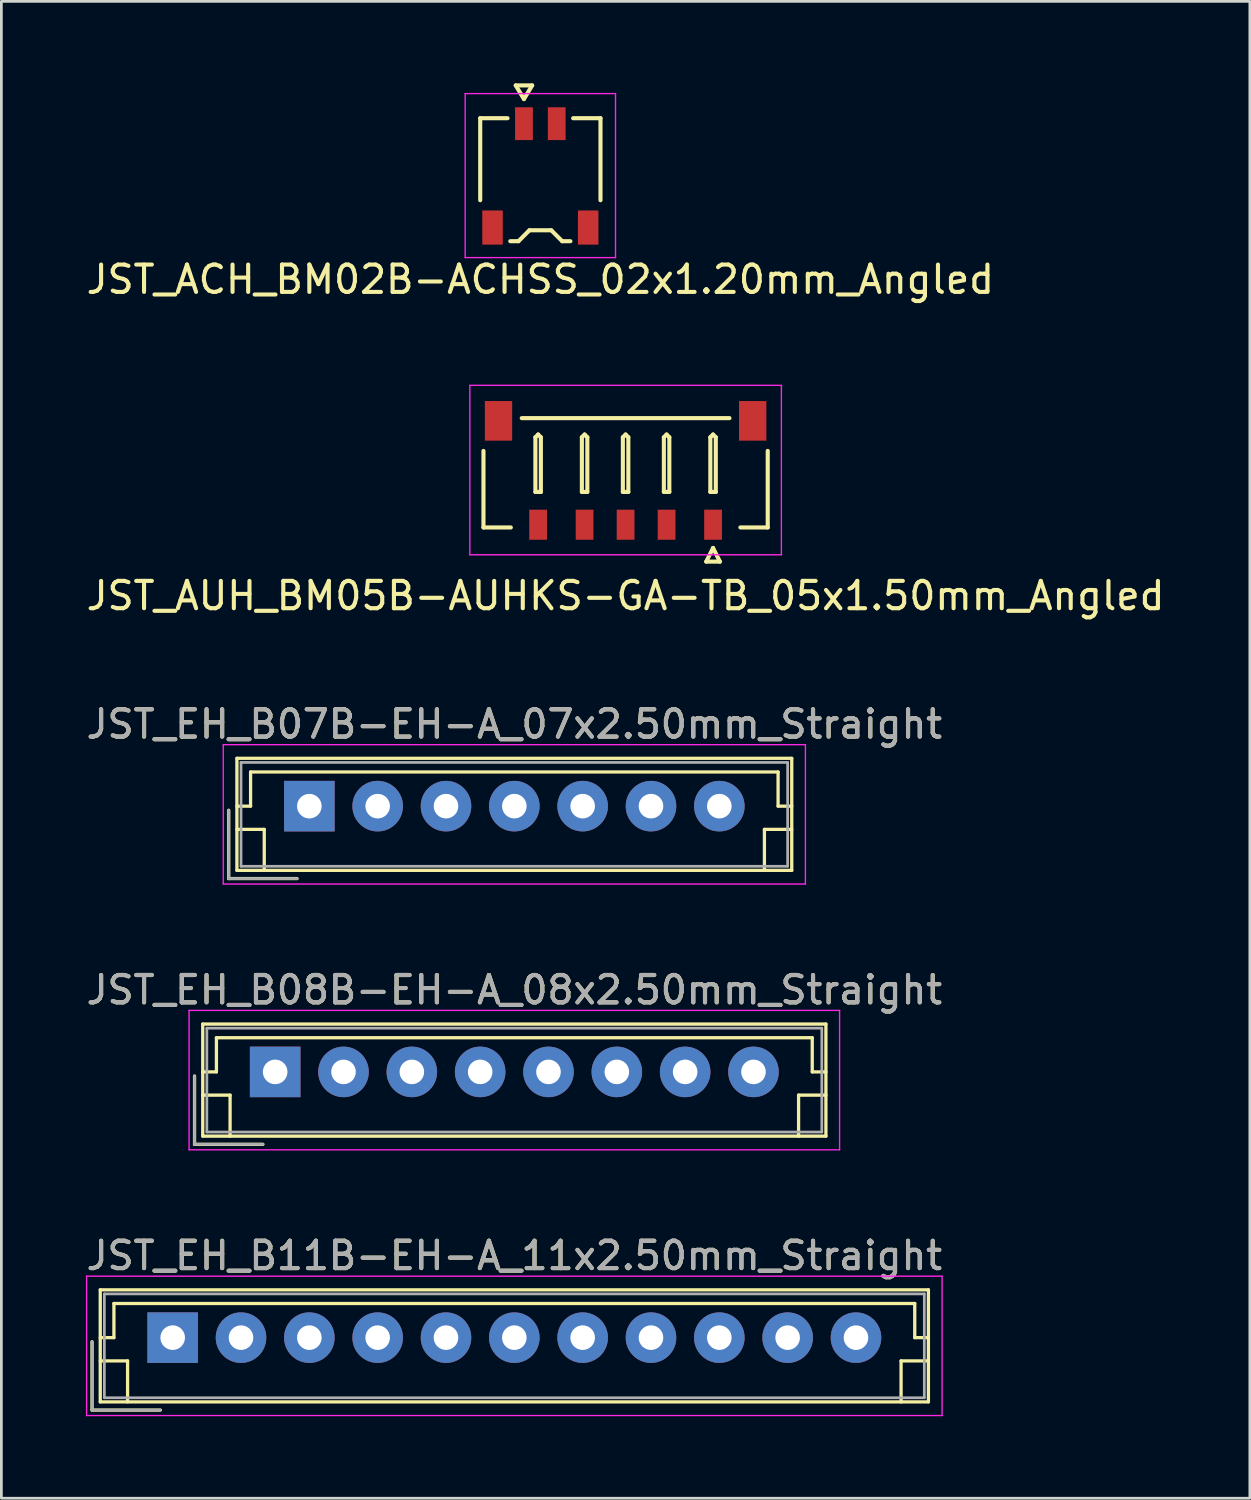
<source format=kicad_pcb>
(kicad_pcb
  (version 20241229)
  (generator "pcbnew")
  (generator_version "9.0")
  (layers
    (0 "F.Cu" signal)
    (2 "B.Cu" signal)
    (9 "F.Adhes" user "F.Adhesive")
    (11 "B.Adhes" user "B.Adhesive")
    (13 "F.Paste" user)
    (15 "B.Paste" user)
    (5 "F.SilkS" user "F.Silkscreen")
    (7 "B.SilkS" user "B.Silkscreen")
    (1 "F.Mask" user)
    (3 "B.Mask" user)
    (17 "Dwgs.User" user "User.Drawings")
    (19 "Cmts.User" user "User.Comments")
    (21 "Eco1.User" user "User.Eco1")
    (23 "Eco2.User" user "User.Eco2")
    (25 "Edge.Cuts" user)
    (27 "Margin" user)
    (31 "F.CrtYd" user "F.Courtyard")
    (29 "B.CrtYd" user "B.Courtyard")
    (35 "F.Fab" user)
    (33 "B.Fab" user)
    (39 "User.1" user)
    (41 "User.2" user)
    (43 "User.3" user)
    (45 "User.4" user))
  (footprint "JST_EH_B11B-EH-A_11x2.50mm_Straight"
    (layer "F.Cu")
    (at 3.268 45.891)
    (property "Reference" "JST_EH_B11B-EH-A_11x2.50mm_Straight" (at 12.5 -3 0) (layer "F.SilkS") (effects (font (size 1 1) (thickness 0.15))))
    (attr through_hole)
    (fp_line (start -2.95 0.15) (end -2.95 2.65) (stroke (width 0.12) (type solid)) (layer "F.SilkS"))
    (fp_line (start -2.95 2.65) (end -0.45 2.65) (stroke (width 0.12) (type solid)) (layer "F.SilkS"))
    (fp_line (start -2.65 -1.75) (end -2.65 2.35) (stroke (width 0.12) (type solid)) (layer "F.SilkS"))
    (fp_line (start -2.65 0) (end -2.15 0) (stroke (width 0.12) (type solid)) (layer "F.SilkS"))
    (fp_line (start -2.65 0.85) (end -1.65 0.85) (stroke (width 0.12) (type solid)) (layer "F.SilkS"))
    (fp_line (start -2.65 2.35) (end 27.65 2.35) (stroke (width 0.12) (type solid)) (layer "F.SilkS"))
    (fp_line (start -2.15 -1.25) (end 27.15 -1.25) (stroke (width 0.12) (type solid)) (layer "F.SilkS"))
    (fp_line (start -2.15 0) (end -2.15 -1.25) (stroke (width 0.12) (type solid)) (layer "F.SilkS"))
    (fp_line (start -1.65 0.85) (end -1.65 2.35) (stroke (width 0.12) (type solid)) (layer "F.SilkS"))
    (fp_line (start 26.65 0.85) (end 26.65 2.35) (stroke (width 0.12) (type solid)) (layer "F.SilkS"))
    (fp_line (start 27.15 -1.25) (end 27.15 0) (stroke (width 0.12) (type solid)) (layer "F.SilkS"))
    (fp_line (start 27.15 0) (end 27.65 0) (stroke (width 0.12) (type solid)) (layer "F.SilkS"))
    (fp_line (start 27.65 -1.75) (end -2.65 -1.75) (stroke (width 0.12) (type solid)) (layer "F.SilkS"))
    (fp_line (start 27.65 0.85) (end 26.65 0.85) (stroke (width 0.12) (type solid)) (layer "F.SilkS"))
    (fp_line (start 27.65 2.35) (end 27.65 -1.75) (stroke (width 0.12) (type solid)) (layer "F.SilkS"))
    (fp_line (start -3.15 -2.25) (end -3.15 2.85) (stroke (width 0.05) (type solid)) (layer "F.CrtYd"))
    (fp_line (start -3.15 2.85) (end 28.15 2.85) (stroke (width 0.05) (type solid)) (layer "F.CrtYd"))
    (fp_line (start 28.15 -2.25) (end -3.15 -2.25) (stroke (width 0.05) (type solid)) (layer "F.CrtYd"))
    (fp_line (start 28.15 2.85) (end 28.15 -2.25) (stroke (width 0.05) (type solid)) (layer "F.CrtYd"))
    (fp_line (start -2.95 0.15) (end -2.95 2.65) (stroke (width 0.1) (type solid)) (layer "F.Fab"))
    (fp_line (start -2.95 2.65) (end -0.45 2.65) (stroke (width 0.1) (type solid)) (layer "F.Fab"))
    (fp_line (start -2.5 -1.6) (end -2.5 2.2) (stroke (width 0.1) (type solid)) (layer "F.Fab"))
    (fp_line (start -2.5 2.2) (end 27.5 2.2) (stroke (width 0.1) (type solid)) (layer "F.Fab"))
    (fp_line (start 27.5 -1.6) (end -2.5 -1.6) (stroke (width 0.1) (type solid)) (layer "F.Fab"))
    (fp_line (start 27.5 2.2) (end 27.5 -1.6) (stroke (width 0.1) (type solid)) (layer "F.Fab"))
    (fp_text user "${REFERENCE}" (at 12.5 -3 0) (layer "F.Fab") (effects (font (size 1 1) (thickness 0.15))))
    (pad "1" thru_hole rect (at 0 0) (size 1.85 1.85) (drill 0.9) (layers "*.Cu" "*.Mask"))
    (pad "2" thru_hole circle (at 2.5 0) (size 1.85 1.85) (drill 0.9) (layers "*.Cu" "*.Mask"))
    (pad "3" thru_hole circle (at 5 0) (size 1.85 1.85) (drill 0.9) (layers "*.Cu" "*.Mask"))
    (pad "4" thru_hole circle (at 7.5 0) (size 1.85 1.85) (drill 0.9) (layers "*.Cu" "*.Mask"))
    (pad "5" thru_hole circle (at 10 0) (size 1.85 1.85) (drill 0.9) (layers "*.Cu" "*.Mask"))
    (pad "6" thru_hole circle (at 12.5 0) (size 1.85 1.85) (drill 0.9) (layers "*.Cu" "*.Mask"))
    (pad "7" thru_hole circle (at 15 0) (size 1.85 1.85) (drill 0.9) (layers "*.Cu" "*.Mask"))
    (pad "8" thru_hole circle (at 17.5 0) (size 1.85 1.85) (drill 0.9) (layers "*.Cu" "*.Mask"))
    (pad "9" thru_hole circle (at 20 0) (size 1.85 1.85) (drill 0.9) (layers "*.Cu" "*.Mask"))
    (pad "10" thru_hole circle (at 22.5 0) (size 1.85 1.85) (drill 0.9) (layers "*.Cu" "*.Mask"))
    (pad "11" thru_hole circle (at 25 0) (size 1.85 1.85) (drill 0.9) (layers "*.Cu" "*.Mask")))
  (footprint "JST_ACH_BM02B-ACHSS_02x1.20mm_Angled"
    (layer "F.Cu")
    (at 16.72 3.375)
    (property "Reference" "JST_ACH_BM02B-ACHSS_02x1.20mm_Angled" (at 0 3.8 0) (layer "F.SilkS") (effects (font (size 1 1) (thickness 0.15))))
    (attr smd)
    (fp_line (start -2.2 -2.1) (end -1.2 -2.1) (stroke (width 0.15) (type solid)) (layer "F.SilkS"))
    (fp_line (start -2.2 0.9) (end -2.2 -2.101) (stroke (width 0.15) (type solid)) (layer "F.SilkS"))
    (fp_line (start -0.9 -3.3) (end -0.6 -2.8) (stroke (width 0.15) (type solid)) (layer "F.SilkS"))
    (fp_line (start -0.8 2.4) (end -1.1 2.4) (stroke (width 0.15) (type solid)) (layer "F.SilkS"))
    (fp_line (start -0.6 -2.8) (end -0.3 -3.3) (stroke (width 0.15) (type solid)) (layer "F.SilkS"))
    (fp_line (start -0.4 2) (end -0.8 2.4) (stroke (width 0.15) (type solid)) (layer "F.SilkS"))
    (fp_line (start -0.3 -3.3) (end -0.9 -3.3) (stroke (width 0.15) (type solid)) (layer "F.SilkS"))
    (fp_line (start 0.4 2) (end -0.4 2) (stroke (width 0.15) (type solid)) (layer "F.SilkS"))
    (fp_line (start 0.8 2.4) (end 0.4 2) (stroke (width 0.15) (type solid)) (layer "F.SilkS"))
    (fp_line (start 1.1 2.4) (end 0.8 2.4) (stroke (width 0.15) (type solid)) (layer "F.SilkS"))
    (fp_line (start 1.2 -2.1) (end 2.2 -2.1) (stroke (width 0.15) (type solid)) (layer "F.SilkS"))
    (fp_line (start 2.2 0.9) (end 2.2 -2.101) (stroke (width 0.15) (type solid)) (layer "F.SilkS"))
    (fp_line (start -2.75 -3) (end 2.75 -3) (stroke (width 0.05) (type solid)) (layer "F.CrtYd"))
    (fp_line (start -2.75 3) (end -2.75 -3) (stroke (width 0.05) (type solid)) (layer "F.CrtYd"))
    (fp_line (start 2.75 -3) (end 2.75 3) (stroke (width 0.05) (type solid)) (layer "F.CrtYd"))
    (fp_line (start 2.75 3) (end -2.75 3) (stroke (width 0.05) (type solid)) (layer "F.CrtYd"))
    (pad "" smd rect (at -1.75 1.9) (size 0.75 1.25) (layers "F.Cu" "F.Mask" "F.Paste"))
    (pad "" smd rect (at 1.75 1.9) (size 0.75 1.25) (layers "F.Cu" "F.Mask" "F.Paste"))
    (pad "1" smd rect (at -0.599 -1.9) (size 0.65 1.2) (layers "F.Cu" "F.Mask" "F.Paste"))
    (pad "2" smd rect (at 0.599 -1.9) (size 0.65 1.2) (layers "F.Cu" "F.Mask" "F.Paste")))
  (footprint "JST_EH_B07B-EH-A_07x2.50mm_Straight"
    (layer "F.Cu")
    (at 8.268 26.445)
    (property "Reference" "JST_EH_B07B-EH-A_07x2.50mm_Straight" (at 7.5 -3 0) (layer "F.SilkS") (effects (font (size 1 1) (thickness 0.15))))
    (attr through_hole)
    (fp_line (start -2.95 0.15) (end -2.95 2.65) (stroke (width 0.12) (type solid)) (layer "F.SilkS"))
    (fp_line (start -2.95 2.65) (end -0.45 2.65) (stroke (width 0.12) (type solid)) (layer "F.SilkS"))
    (fp_line (start -2.65 -1.75) (end -2.65 2.35) (stroke (width 0.12) (type solid)) (layer "F.SilkS"))
    (fp_line (start -2.65 0) (end -2.15 0) (stroke (width 0.12) (type solid)) (layer "F.SilkS"))
    (fp_line (start -2.65 0.85) (end -1.65 0.85) (stroke (width 0.12) (type solid)) (layer "F.SilkS"))
    (fp_line (start -2.65 2.35) (end 17.65 2.35) (stroke (width 0.12) (type solid)) (layer "F.SilkS"))
    (fp_line (start -2.15 -1.25) (end 17.15 -1.25) (stroke (width 0.12) (type solid)) (layer "F.SilkS"))
    (fp_line (start -2.15 0) (end -2.15 -1.25) (stroke (width 0.12) (type solid)) (layer "F.SilkS"))
    (fp_line (start -1.65 0.85) (end -1.65 2.35) (stroke (width 0.12) (type solid)) (layer "F.SilkS"))
    (fp_line (start 16.65 0.85) (end 16.65 2.35) (stroke (width 0.12) (type solid)) (layer "F.SilkS"))
    (fp_line (start 17.15 -1.25) (end 17.15 0) (stroke (width 0.12) (type solid)) (layer "F.SilkS"))
    (fp_line (start 17.15 0) (end 17.65 0) (stroke (width 0.12) (type solid)) (layer "F.SilkS"))
    (fp_line (start 17.65 -1.75) (end -2.65 -1.75) (stroke (width 0.12) (type solid)) (layer "F.SilkS"))
    (fp_line (start 17.65 0.85) (end 16.65 0.85) (stroke (width 0.12) (type solid)) (layer "F.SilkS"))
    (fp_line (start 17.65 2.35) (end 17.65 -1.75) (stroke (width 0.12) (type solid)) (layer "F.SilkS"))
    (fp_line (start -3.15 -2.25) (end -3.15 2.85) (stroke (width 0.05) (type solid)) (layer "F.CrtYd"))
    (fp_line (start -3.15 2.85) (end 18.15 2.85) (stroke (width 0.05) (type solid)) (layer "F.CrtYd"))
    (fp_line (start 18.15 -2.25) (end -3.15 -2.25) (stroke (width 0.05) (type solid)) (layer "F.CrtYd"))
    (fp_line (start 18.15 2.85) (end 18.15 -2.25) (stroke (width 0.05) (type solid)) (layer "F.CrtYd"))
    (fp_line (start -2.95 0.15) (end -2.95 2.65) (stroke (width 0.1) (type solid)) (layer "F.Fab"))
    (fp_line (start -2.95 2.65) (end -0.45 2.65) (stroke (width 0.1) (type solid)) (layer "F.Fab"))
    (fp_line (start -2.5 -1.6) (end -2.5 2.2) (stroke (width 0.1) (type solid)) (layer "F.Fab"))
    (fp_line (start -2.5 2.2) (end 17.5 2.2) (stroke (width 0.1) (type solid)) (layer "F.Fab"))
    (fp_line (start 17.5 -1.6) (end -2.5 -1.6) (stroke (width 0.1) (type solid)) (layer "F.Fab"))
    (fp_line (start 17.5 2.2) (end 17.5 -1.6) (stroke (width 0.1) (type solid)) (layer "F.Fab"))
    (fp_text user "${REFERENCE}" (at 7.5 -3 0) (layer "F.Fab") (effects (font (size 1 1) (thickness 0.15))))
    (pad "1" thru_hole rect (at 0 0) (size 1.85 1.85) (drill 0.9) (layers "*.Cu" "*.Mask"))
    (pad "2" thru_hole circle (at 2.5 0) (size 1.85 1.85) (drill 0.9) (layers "*.Cu" "*.Mask"))
    (pad "3" thru_hole circle (at 5 0) (size 1.85 1.85) (drill 0.9) (layers "*.Cu" "*.Mask"))
    (pad "4" thru_hole circle (at 7.5 0) (size 1.85 1.85) (drill 0.9) (layers "*.Cu" "*.Mask"))
    (pad "5" thru_hole circle (at 10 0) (size 1.85 1.85) (drill 0.9) (layers "*.Cu" "*.Mask"))
    (pad "6" thru_hole circle (at 12.5 0) (size 1.85 1.85) (drill 0.9) (layers "*.Cu" "*.Mask"))
    (pad "7" thru_hole circle (at 15 0) (size 1.85 1.85) (drill 0.9) (layers "*.Cu" "*.Mask")))
  (footprint "JST_EH_B08B-EH-A_08x2.50mm_Straight"
    (layer "F.Cu")
    (at 7.018 36.168)
    (property "Reference" "JST_EH_B08B-EH-A_08x2.50mm_Straight" (at 8.75 -3 0) (layer "F.SilkS") (effects (font (size 1 1) (thickness 0.15))))
    (attr through_hole)
    (fp_line (start -2.95 0.15) (end -2.95 2.65) (stroke (width 0.12) (type solid)) (layer "F.SilkS"))
    (fp_line (start -2.95 2.65) (end -0.45 2.65) (stroke (width 0.12) (type solid)) (layer "F.SilkS"))
    (fp_line (start -2.65 -1.75) (end -2.65 2.35) (stroke (width 0.12) (type solid)) (layer "F.SilkS"))
    (fp_line (start -2.65 0) (end -2.15 0) (stroke (width 0.12) (type solid)) (layer "F.SilkS"))
    (fp_line (start -2.65 0.85) (end -1.65 0.85) (stroke (width 0.12) (type solid)) (layer "F.SilkS"))
    (fp_line (start -2.65 2.35) (end 20.15 2.35) (stroke (width 0.12) (type solid)) (layer "F.SilkS"))
    (fp_line (start -2.15 -1.25) (end 19.65 -1.25) (stroke (width 0.12) (type solid)) (layer "F.SilkS"))
    (fp_line (start -2.15 0) (end -2.15 -1.25) (stroke (width 0.12) (type solid)) (layer "F.SilkS"))
    (fp_line (start -1.65 0.85) (end -1.65 2.35) (stroke (width 0.12) (type solid)) (layer "F.SilkS"))
    (fp_line (start 19.15 0.85) (end 19.15 2.35) (stroke (width 0.12) (type solid)) (layer "F.SilkS"))
    (fp_line (start 19.65 -1.25) (end 19.65 0) (stroke (width 0.12) (type solid)) (layer "F.SilkS"))
    (fp_line (start 19.65 0) (end 20.15 0) (stroke (width 0.12) (type solid)) (layer "F.SilkS"))
    (fp_line (start 20.15 -1.75) (end -2.65 -1.75) (stroke (width 0.12) (type solid)) (layer "F.SilkS"))
    (fp_line (start 20.15 0.85) (end 19.15 0.85) (stroke (width 0.12) (type solid)) (layer "F.SilkS"))
    (fp_line (start 20.15 2.35) (end 20.15 -1.75) (stroke (width 0.12) (type solid)) (layer "F.SilkS"))
    (fp_line (start -3.15 -2.25) (end -3.15 2.85) (stroke (width 0.05) (type solid)) (layer "F.CrtYd"))
    (fp_line (start -3.15 2.85) (end 20.65 2.85) (stroke (width 0.05) (type solid)) (layer "F.CrtYd"))
    (fp_line (start 20.65 -2.25) (end -3.15 -2.25) (stroke (width 0.05) (type solid)) (layer "F.CrtYd"))
    (fp_line (start 20.65 2.85) (end 20.65 -2.25) (stroke (width 0.05) (type solid)) (layer "F.CrtYd"))
    (fp_line (start -2.95 0.15) (end -2.95 2.65) (stroke (width 0.1) (type solid)) (layer "F.Fab"))
    (fp_line (start -2.95 2.65) (end -0.45 2.65) (stroke (width 0.1) (type solid)) (layer "F.Fab"))
    (fp_line (start -2.5 -1.6) (end -2.5 2.2) (stroke (width 0.1) (type solid)) (layer "F.Fab"))
    (fp_line (start -2.5 2.2) (end 20 2.2) (stroke (width 0.1) (type solid)) (layer "F.Fab"))
    (fp_line (start 20 -1.6) (end -2.5 -1.6) (stroke (width 0.1) (type solid)) (layer "F.Fab"))
    (fp_line (start 20 2.2) (end 20 -1.6) (stroke (width 0.1) (type solid)) (layer "F.Fab"))
    (fp_text user "${REFERENCE}" (at 8.75 -3 0) (layer "F.Fab") (effects (font (size 1 1) (thickness 0.15))))
    (pad "1" thru_hole rect (at 0 0) (size 1.85 1.85) (drill 0.9) (layers "*.Cu" "*.Mask"))
    (pad "2" thru_hole circle (at 2.5 0) (size 1.85 1.85) (drill 0.9) (layers "*.Cu" "*.Mask"))
    (pad "3" thru_hole circle (at 5 0) (size 1.85 1.85) (drill 0.9) (layers "*.Cu" "*.Mask"))
    (pad "4" thru_hole circle (at 7.5 0) (size 1.85 1.85) (drill 0.9) (layers "*.Cu" "*.Mask"))
    (pad "5" thru_hole circle (at 10 0) (size 1.85 1.85) (drill 0.9) (layers "*.Cu" "*.Mask"))
    (pad "6" thru_hole circle (at 12.5 0) (size 1.85 1.85) (drill 0.9) (layers "*.Cu" "*.Mask"))
    (pad "7" thru_hole circle (at 15 0) (size 1.85 1.85) (drill 0.9) (layers "*.Cu" "*.Mask"))
    (pad "8" thru_hole circle (at 17.5 0) (size 1.85 1.85) (drill 0.9) (layers "*.Cu" "*.Mask")))
  (footprint "JST_AUH_BM05B-AUHKS-GA-TB_05x1.50mm_Angled"
    (layer "F.Cu")
    (at 19.839 14.248)
    (property "Reference" "JST_AUH_BM05B-AUHKS-GA-TB_05x1.50mm_Angled" (at 0 4.5 0) (layer "F.SilkS") (effects (font (size 1 1) (thickness 0.15))))
    (attr smd)
    (fp_line (start -5.2 2) (end -5.2 -0.8) (stroke (width 0.15) (type solid)) (layer "F.SilkS"))
    (fp_line (start -4.2 2) (end -5.2 2) (stroke (width 0.15) (type solid)) (layer "F.SilkS"))
    (fp_line (start -3.3 -1.3) (end -3.2 -1.4) (stroke (width 0.15) (type solid)) (layer "F.SilkS"))
    (fp_line (start -3.3 0.7) (end -3.3 -1.3) (stroke (width 0.15) (type solid)) (layer "F.SilkS"))
    (fp_line (start -3.2 -1.4) (end -3.1 -1.3) (stroke (width 0.15) (type solid)) (layer "F.SilkS"))
    (fp_line (start -3.1 -1.3) (end -3.1 0.7) (stroke (width 0.15) (type solid)) (layer "F.SilkS"))
    (fp_line (start -3.1 0.7) (end -3.3 0.7) (stroke (width 0.15) (type solid)) (layer "F.SilkS"))
    (fp_line (start -1.6 -1.3) (end -1.5 -1.4) (stroke (width 0.15) (type solid)) (layer "F.SilkS"))
    (fp_line (start -1.6 0.7) (end -1.6 -1.3) (stroke (width 0.15) (type solid)) (layer "F.SilkS"))
    (fp_line (start -1.5 -1.4) (end -1.4 -1.3) (stroke (width 0.15) (type solid)) (layer "F.SilkS"))
    (fp_line (start -1.4 -1.3) (end -1.4 0.7) (stroke (width 0.15) (type solid)) (layer "F.SilkS"))
    (fp_line (start -1.4 0.7) (end -1.6 0.7) (stroke (width 0.15) (type solid)) (layer "F.SilkS"))
    (fp_line (start -0.1 -1.3) (end 0 -1.4) (stroke (width 0.15) (type solid)) (layer "F.SilkS"))
    (fp_line (start -0.1 0.7) (end -0.1 -1.3) (stroke (width 0.15) (type solid)) (layer "F.SilkS"))
    (fp_line (start 0 -1.4) (end 0.1 -1.3) (stroke (width 0.15) (type solid)) (layer "F.SilkS"))
    (fp_line (start 0.1 -1.3) (end 0.1 0.7) (stroke (width 0.15) (type solid)) (layer "F.SilkS"))
    (fp_line (start 0.1 0.7) (end -0.1 0.7) (stroke (width 0.15) (type solid)) (layer "F.SilkS"))
    (fp_line (start 1.4 -1.3) (end 1.5 -1.4) (stroke (width 0.15) (type solid)) (layer "F.SilkS"))
    (fp_line (start 1.4 0.7) (end 1.4 -1.3) (stroke (width 0.15) (type solid)) (layer "F.SilkS"))
    (fp_line (start 1.5 -1.4) (end 1.6 -1.3) (stroke (width 0.15) (type solid)) (layer "F.SilkS"))
    (fp_line (start 1.6 -1.3) (end 1.6 0.7) (stroke (width 0.15) (type solid)) (layer "F.SilkS"))
    (fp_line (start 1.6 0.7) (end 1.4 0.7) (stroke (width 0.15) (type solid)) (layer "F.SilkS"))
    (fp_line (start 2.95 3.25) (end 3.45 3.25) (stroke (width 0.15) (type solid)) (layer "F.SilkS"))
    (fp_line (start 3.1 -1.3) (end 3.2 -1.4) (stroke (width 0.15) (type solid)) (layer "F.SilkS"))
    (fp_line (start 3.1 0.7) (end 3.1 -1.3) (stroke (width 0.15) (type solid)) (layer "F.SilkS"))
    (fp_line (start 3.2 -1.4) (end 3.3 -1.3) (stroke (width 0.15) (type solid)) (layer "F.SilkS"))
    (fp_line (start 3.2 2.75) (end 2.95 3.25) (stroke (width 0.15) (type solid)) (layer "F.SilkS"))
    (fp_line (start 3.3 -1.3) (end 3.3 0.7) (stroke (width 0.15) (type solid)) (layer "F.SilkS"))
    (fp_line (start 3.3 0.7) (end 3.1 0.7) (stroke (width 0.15) (type solid)) (layer "F.SilkS"))
    (fp_line (start 3.45 3.25) (end 3.2 2.75) (stroke (width 0.15) (type solid)) (layer "F.SilkS"))
    (fp_line (start 3.8 -2) (end -3.8 -2) (stroke (width 0.15) (type solid)) (layer "F.SilkS"))
    (fp_line (start 4.2 2) (end 5.2 2) (stroke (width 0.15) (type solid)) (layer "F.SilkS"))
    (fp_line (start 5.2 2) (end 5.2 -0.8) (stroke (width 0.15) (type solid)) (layer "F.SilkS"))
    (fp_line (start -5.7 -3.2) (end -5.7 3) (stroke (width 0.05) (type solid)) (layer "F.CrtYd"))
    (fp_line (start -5.7 3) (end 5.7 3) (stroke (width 0.05) (type solid)) (layer "F.CrtYd"))
    (fp_line (start 5.7 -3.2) (end -5.7 -3.2) (stroke (width 0.05) (type solid)) (layer "F.CrtYd"))
    (fp_line (start 5.7 3) (end 5.7 -3.2) (stroke (width 0.05) (type solid)) (layer "F.CrtYd"))
    (pad "" smd rect (at -4.65 -1.9) (size 1 1.45) (layers "F.Cu" "F.Mask" "F.Paste"))
    (pad "" smd rect (at 4.65 -1.9) (size 1 1.45) (layers "F.Cu" "F.Mask" "F.Paste"))
    (pad "1" smd rect (at 3.2 1.9) (size 0.65 1.1) (layers "F.Cu" "F.Mask" "F.Paste"))
    (pad "2" smd rect (at 1.5 1.9) (size 0.65 1.1) (layers "F.Cu" "F.Mask" "F.Paste"))
    (pad "3" smd rect (at 0 1.9) (size 0.65 1.1) (layers "F.Cu" "F.Mask" "F.Paste"))
    (pad "4" smd rect (at -1.5 1.9) (size 0.65 1.1) (layers "F.Cu" "F.Mask" "F.Paste"))
    (pad "5" smd rect (at -3.2 1.9) (size 0.65 1.1) (layers "F.Cu" "F.Mask" "F.Paste")))
  (gr_rect
    (start -3 -3)
    (end 42.679 51.766)
    (stroke (width 0.1) (type default))
    (fill no)
    (layer "Edge.Cuts")))
</source>
